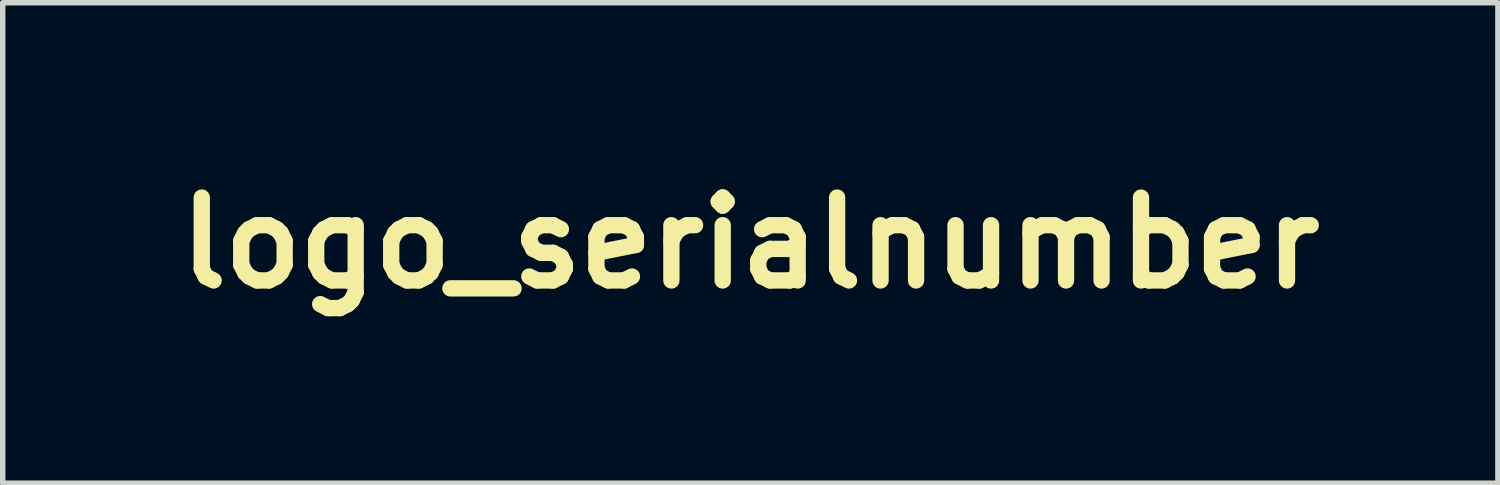
<source format=kicad_pcb>
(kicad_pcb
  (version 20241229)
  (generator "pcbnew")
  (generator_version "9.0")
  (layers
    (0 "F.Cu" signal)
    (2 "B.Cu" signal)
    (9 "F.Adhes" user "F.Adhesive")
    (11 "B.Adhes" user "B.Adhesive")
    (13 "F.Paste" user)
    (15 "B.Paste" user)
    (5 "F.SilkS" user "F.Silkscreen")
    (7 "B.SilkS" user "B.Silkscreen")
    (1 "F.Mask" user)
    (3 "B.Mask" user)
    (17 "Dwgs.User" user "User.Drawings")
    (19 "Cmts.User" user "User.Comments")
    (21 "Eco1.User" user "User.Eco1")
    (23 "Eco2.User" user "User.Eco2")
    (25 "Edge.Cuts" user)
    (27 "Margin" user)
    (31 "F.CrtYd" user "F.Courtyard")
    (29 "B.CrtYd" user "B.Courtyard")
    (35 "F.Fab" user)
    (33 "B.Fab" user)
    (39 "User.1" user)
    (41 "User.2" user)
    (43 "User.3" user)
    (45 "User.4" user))
  (footprint "logo_serialnumber"
    (layer "F.Cu")
    (at 10.748 1.418)
    (property "Reference" "logo_serialnumber" (at 0 0 0) (layer "F.SilkS") (effects (font (size 1.524 1.524) (thickness 0.3))))
    (attr through_hole)
    (fp_poly (pts (xy 7.247 -0.567) (xy 7.294 -0.566) (xy 7.328 -0.564) (xy 7.353 -0.56) (xy 7.371 -0.553) (xy 7.372 -0.552) (xy 7.387 -0.544) (xy 7.399 -0.535) (xy 7.408 -0.522) (xy 7.415 -0.505) (xy 7.42 -0.481) (xy 7.424 -0.448) (xy 7.426 -0.404) (xy 7.428 -0.348) (xy 7.429 -0.277) (xy 7.43 -0.257) (xy 7.43 -0.195) (xy 7.431 -0.138) (xy 7.431 -0.088) (xy 7.43 -0.047) (xy 7.429 -0.019) (xy 7.428 -0.005) (xy 7.423 0.008) (xy 7.414 0.014) (xy 7.396 0.017) (xy 7.376 0.017) (xy 7.33 0.017) (xy 7.33 -0.21) (xy 7.329 -0.284) (xy 7.329 -0.343) (xy 7.327 -0.387) (xy 7.326 -0.419) (xy 7.323 -0.439) (xy 7.32 -0.45) (xy 7.319 -0.451) (xy 7.31 -0.458) (xy 7.292 -0.463) (xy 7.264 -0.466) (xy 7.232 -0.467) (xy 7.156 -0.47) (xy 7.154 -0.518) (xy 7.151 -0.567) (xy 7.247 -0.567)) (stroke (width 0.01) (type solid)) (fill yes) (layer "F.Mask"))
    (fp_poly (pts (xy -8.73 -0.567) (xy -8.678 -0.567) (xy -8.639 -0.566) (xy -8.611 -0.564) (xy -8.59 -0.562) (xy -8.574 -0.559) (xy -8.563 -0.554) (xy -8.557 -0.552) (xy -8.525 -0.526) (xy -8.506 -0.492) (xy -8.5 -0.451) (xy -8.507 -0.406) (xy -8.527 -0.36) (xy -8.53 -0.356) (xy -8.542 -0.338) (xy -8.562 -0.309) (xy -8.589 -0.272) (xy -8.62 -0.228) (xy -8.655 -0.181) (xy -8.678 -0.15) (xy -8.802 0.017) (xy -8.862 0.017) (xy -8.891 0.016) (xy -8.912 0.014) (xy -8.921 0.012) (xy -8.921 0.012) (xy -8.916 0.004) (xy -8.902 -0.016) (xy -8.881 -0.045) (xy -8.853 -0.084) (xy -8.819 -0.129) (xy -8.782 -0.179) (xy -8.764 -0.203) (xy -8.725 -0.255) (xy -8.69 -0.304) (xy -8.659 -0.347) (xy -8.635 -0.383) (xy -8.618 -0.41) (xy -8.609 -0.426) (xy -8.608 -0.429) (xy -8.609 -0.441) (xy -8.613 -0.449) (xy -8.623 -0.456) (xy -8.64 -0.46) (xy -8.666 -0.463) (xy -8.704 -0.465) (xy -8.755 -0.465) (xy -8.803 -0.466) (xy -8.857 -0.466) (xy -8.905 -0.466) (xy -8.945 -0.467) (xy -8.975 -0.469) (xy -8.991 -0.47) (xy -8.992 -0.471) (xy -9.001 -0.479) (xy -9.005 -0.499) (xy -9.006 -0.521) (xy -9.006 -0.567) (xy -8.796 -0.567) (xy -8.73 -0.567)) (stroke (width 0.01) (type solid)) (fill yes) (layer "F.Mask"))
    (fp_poly (pts (xy 10.007 -0.573) (xy 10.072 -0.561) (xy 10.128 -0.536) (xy 10.174 -0.497) (xy 10.209 -0.447) (xy 10.226 -0.403) (xy 10.233 -0.368) (xy 10.236 -0.322) (xy 10.237 -0.27) (xy 10.234 -0.218) (xy 10.229 -0.172) (xy 10.221 -0.137) (xy 10.221 -0.136) (xy 10.195 -0.085) (xy 10.157 -0.04) (xy 10.11 -0.007) (xy 10.067 0.011) (xy 9.993 0.024) (xy 9.92 0.02) (xy 9.891 0.013) (xy 9.838 -0.008) (xy 9.796 -0.039) (xy 9.762 -0.085) (xy 9.751 -0.103) (xy 9.737 -0.135) (xy 9.727 -0.164) (xy 9.722 -0.195) (xy 9.719 -0.236) (xy 9.718 -0.237) (xy 9.719 -0.275) (xy 9.814 -0.275) (xy 9.817 -0.218) (xy 9.825 -0.174) (xy 9.84 -0.139) (xy 9.863 -0.111) (xy 9.867 -0.107) (xy 9.898 -0.089) (xy 9.938 -0.079) (xy 9.984 -0.077) (xy 10.028 -0.082) (xy 10.06 -0.094) (xy 10.095 -0.118) (xy 10.119 -0.154) (xy 10.134 -0.202) (xy 10.14 -0.263) (xy 10.14 -0.271) (xy 10.136 -0.338) (xy 10.124 -0.39) (xy 10.103 -0.429) (xy 10.072 -0.456) (xy 10.031 -0.472) (xy 9.979 -0.477) (xy 9.925 -0.472) (xy 9.884 -0.457) (xy 9.853 -0.43) (xy 9.834 -0.4) (xy 9.824 -0.378) (xy 9.818 -0.356) (xy 9.815 -0.329) (xy 9.814 -0.292) (xy 9.814 -0.275) (xy 9.719 -0.275) (xy 9.719 -0.323) (xy 9.731 -0.397) (xy 9.754 -0.458) (xy 9.788 -0.506) (xy 9.833 -0.542) (xy 9.889 -0.564) (xy 9.955 -0.574) (xy 10.007 -0.573)) (stroke (width 0.01) (type solid)) (fill yes) (layer "F.Mask"))
    (fp_poly (pts (xy -0.579 -0.567) (xy -0.549 -0.566) (xy -0.526 -0.561) (xy -0.508 -0.553) (xy -0.495 -0.538) (xy -0.486 -0.516) (xy -0.48 -0.485) (xy -0.476 -0.443) (xy -0.475 -0.388) (xy -0.475 -0.32) (xy -0.476 -0.244) (xy -0.478 0.013) (xy -0.521 0.015) (xy -0.547 0.016) (xy -0.565 0.014) (xy -0.57 0.012) (xy -0.573 0.001) (xy -0.575 -0.022) (xy -0.576 -0.052) (xy -0.576 -0.11) (xy -0.726 -0.11) (xy -0.79 -0.11) (xy -0.84 -0.112) (xy -0.878 -0.115) (xy -0.906 -0.12) (xy -0.928 -0.127) (xy -0.944 -0.137) (xy -0.954 -0.145) (xy -0.968 -0.169) (xy -0.974 -0.202) (xy -0.973 -0.225) (xy -0.863 -0.225) (xy -0.86 -0.212) (xy -0.858 -0.209) (xy -0.848 -0.207) (xy -0.824 -0.205) (xy -0.789 -0.204) (xy -0.746 -0.203) (xy -0.714 -0.203) (xy -0.575 -0.203) (xy -0.577 -0.332) (xy -0.58 -0.461) (xy -0.626 -0.464) (xy -0.66 -0.463) (xy -0.683 -0.458) (xy -0.686 -0.455) (xy -0.696 -0.445) (xy -0.715 -0.424) (xy -0.74 -0.396) (xy -0.768 -0.362) (xy -0.782 -0.346) (xy -0.817 -0.302) (xy -0.842 -0.268) (xy -0.857 -0.243) (xy -0.863 -0.225) (xy -0.973 -0.225) (xy -0.973 -0.237) (xy -0.963 -0.27) (xy -0.955 -0.285) (xy -0.922 -0.326) (xy -0.886 -0.37) (xy -0.85 -0.414) (xy -0.813 -0.455) (xy -0.78 -0.492) (xy -0.751 -0.522) (xy -0.729 -0.544) (xy -0.715 -0.554) (xy -0.684 -0.563) (xy -0.636 -0.567) (xy -0.615 -0.567) (xy -0.579 -0.567)) (stroke (width 0.01) (type solid)) (fill yes) (layer "F.Mask"))
    (fp_poly (pts (xy -3.193 -0.518) (xy -3.195 -0.47) (xy -3.367 -0.467) (xy -3.539 -0.465) (xy -3.536 -0.404) (xy -3.534 -0.343) (xy -3.402 -0.339) (xy -3.34 -0.336) (xy -3.292 -0.331) (xy -3.256 -0.324) (xy -3.229 -0.314) (xy -3.208 -0.299) (xy -3.191 -0.28) (xy -3.189 -0.279) (xy -3.176 -0.252) (xy -3.166 -0.215) (xy -3.161 -0.175) (xy -3.162 -0.137) (xy -3.162 -0.132) (xy -3.177 -0.078) (xy -3.203 -0.037) (xy -3.24 -0.008) (xy -3.285 0.008) (xy -3.305 0.011) (xy -3.337 0.013) (xy -3.378 0.015) (xy -3.424 0.016) (xy -3.472 0.017) (xy -3.519 0.017) (xy -3.562 0.017) (xy -3.597 0.015) (xy -3.622 0.014) (xy -3.634 0.011) (xy -3.634 0.011) (xy -3.637 0.000265) (xy -3.639 -0.022) (xy -3.639 -0.039) (xy -3.639 -0.085) (xy -3.481 -0.085) (xy -3.429 -0.085) (xy -3.383 -0.086) (xy -3.344 -0.087) (xy -3.316 -0.088) (xy -3.303 -0.09) (xy -3.281 -0.104) (xy -3.266 -0.129) (xy -3.26 -0.159) (xy -3.262 -0.191) (xy -3.275 -0.22) (xy -3.279 -0.226) (xy -3.299 -0.25) (xy -3.461 -0.254) (xy -3.52 -0.256) (xy -3.563 -0.258) (xy -3.594 -0.26) (xy -3.614 -0.263) (xy -3.626 -0.266) (xy -3.631 -0.271) (xy -3.634 -0.283) (xy -3.636 -0.31) (xy -3.638 -0.346) (xy -3.639 -0.39) (xy -3.639 -0.412) (xy -3.639 -0.463) (xy -3.638 -0.5) (xy -3.636 -0.526) (xy -3.633 -0.542) (xy -3.628 -0.551) (xy -3.626 -0.554) (xy -3.62 -0.558) (xy -3.609 -0.561) (xy -3.592 -0.564) (xy -3.567 -0.565) (xy -3.531 -0.566) (xy -3.483 -0.567) (xy -3.42 -0.567) (xy -3.401 -0.567) (xy -3.19 -0.567) (xy -3.193 -0.518)) (stroke (width 0.01) (type solid)) (fill yes) (layer "F.Mask"))
    (fp_poly (pts (xy 1.902 -0.566) (xy 1.965 -0.565) (xy 2.013 -0.563) (xy 2.049 -0.562) (xy 2.076 -0.56) (xy 2.095 -0.557) (xy 2.109 -0.553) (xy 2.12 -0.548) (xy 2.124 -0.546) (xy 2.156 -0.519) (xy 2.177 -0.481) (xy 2.189 -0.438) (xy 2.19 -0.393) (xy 2.181 -0.35) (xy 2.161 -0.313) (xy 2.146 -0.299) (xy 2.121 -0.277) (xy 2.143 -0.259) (xy 2.172 -0.225) (xy 2.189 -0.185) (xy 2.195 -0.141) (xy 2.189 -0.097) (xy 2.173 -0.057) (xy 2.146 -0.024) (xy 2.114 -0.003) (xy 2.099 0.002) (xy 2.081 0.006) (xy 2.058 0.009) (xy 2.026 0.011) (xy 1.984 0.013) (xy 1.928 0.015) (xy 1.894 0.015) (xy 1.71 0.018) (xy 1.71 -0.085) (xy 1.879 -0.085) (xy 1.937 -0.085) (xy 1.98 -0.085) (xy 2.011 -0.086) (xy 2.033 -0.088) (xy 2.047 -0.09) (xy 2.057 -0.094) (xy 2.064 -0.1) (xy 2.07 -0.105) (xy 2.085 -0.132) (xy 2.091 -0.164) (xy 2.085 -0.195) (xy 2.079 -0.208) (xy 2.072 -0.214) (xy 2.062 -0.219) (xy 2.045 -0.223) (xy 2.02 -0.225) (xy 1.982 -0.227) (xy 1.945 -0.229) (xy 1.824 -0.233) (xy 1.824 -0.317) (xy 1.94 -0.322) (xy 1.988 -0.324) (xy 2.023 -0.326) (xy 2.046 -0.329) (xy 2.061 -0.334) (xy 2.07 -0.34) (xy 2.071 -0.341) (xy 2.083 -0.363) (xy 2.087 -0.392) (xy 2.083 -0.423) (xy 2.071 -0.446) (xy 2.07 -0.448) (xy 2.064 -0.454) (xy 2.056 -0.458) (xy 2.043 -0.461) (xy 2.024 -0.464) (xy 1.995 -0.465) (xy 1.955 -0.466) (xy 1.902 -0.467) (xy 1.884 -0.467) (xy 1.714 -0.47) (xy 1.711 -0.519) (xy 1.709 -0.568) (xy 1.902 -0.566)) (stroke (width 0.01) (type solid)) (fill yes) (layer "F.Mask"))
    (fp_poly (pts (xy 1.325 -0.563) (xy 1.378 -0.538) (xy 1.436 -0.504) (xy 1.48 -0.459) (xy 1.511 -0.405) (xy 1.529 -0.339) (xy 1.534 -0.267) (xy 1.527 -0.195) (xy 1.506 -0.133) (xy 1.472 -0.081) (xy 1.425 -0.039) (xy 1.365 -0.008) (xy 1.364 -0.008) (xy 1.344 -0.002) (xy 1.309 0.008) (xy 1.263 0.02) (xy 1.208 0.033) (xy 1.147 0.048) (xy 1.083 0.062) (xy 1.071 0.065) (xy 1.007 0.079) (xy 0.948 0.093) (xy 0.895 0.106) (xy 0.852 0.117) (xy 0.819 0.126) (xy 0.801 0.132) (xy 0.798 0.133) (xy 0.771 0.153) (xy 0.754 0.186) (xy 0.747 0.23) (xy 0.747 0.26) (xy 0.749 0.317) (xy 1.507 0.322) (xy 1.507 0.499) (xy 0.609 0.499) (xy 0.587 0.478) (xy 0.566 0.457) (xy 0.569 0.298) (xy 0.57 0.241) (xy 0.571 0.199) (xy 0.573 0.167) (xy 0.576 0.143) (xy 0.58 0.124) (xy 0.586 0.108) (xy 0.591 0.095) (xy 0.623 0.045) (xy 0.668 0.004) (xy 0.704 -0.018) (xy 0.724 -0.025) (xy 0.759 -0.036) (xy 0.806 -0.049) (xy 0.864 -0.064) (xy 0.931 -0.08) (xy 1.006 -0.098) (xy 1.085 -0.115) (xy 1.143 -0.128) (xy 1.204 -0.142) (xy 1.251 -0.154) (xy 1.286 -0.166) (xy 1.311 -0.178) (xy 1.328 -0.191) (xy 1.333 -0.197) (xy 1.355 -0.232) (xy 1.36 -0.27) (xy 1.348 -0.311) (xy 1.345 -0.319) (xy 1.336 -0.336) (xy 1.328 -0.35) (xy 1.318 -0.361) (xy 1.305 -0.37) (xy 1.288 -0.376) (xy 1.265 -0.382) (xy 1.234 -0.385) (xy 1.193 -0.387) (xy 1.142 -0.389) (xy 1.078 -0.389) (xy 0.999 -0.389) (xy 0.933 -0.389) (xy 0.601 -0.389) (xy 0.601 -0.568) (xy 1.325 -0.563)) (stroke (width 0.01) (type solid)) (fill yes) (layer "F.Mask"))
    (fp_poly (pts (xy 4.589 -0.566) (xy 4.654 -0.565) (xy 4.704 -0.564) (xy 4.741 -0.562) (xy 4.769 -0.561) (xy 4.789 -0.558) (xy 4.803 -0.555) (xy 4.814 -0.55) (xy 4.824 -0.544) (xy 4.824 -0.544) (xy 4.857 -0.515) (xy 4.879 -0.476) (xy 4.89 -0.433) (xy 4.891 -0.387) (xy 4.88 -0.344) (xy 4.858 -0.306) (xy 4.832 -0.282) (xy 4.81 -0.271) (xy 4.776 -0.258) (xy 4.728 -0.244) (xy 4.665 -0.229) (xy 4.644 -0.224) (xy 4.584 -0.209) (xy 4.538 -0.197) (xy 4.505 -0.185) (xy 4.483 -0.174) (xy 4.469 -0.162) (xy 4.463 -0.148) (xy 4.461 -0.13) (xy 4.462 -0.119) (xy 4.465 -0.089) (xy 4.67 -0.087) (xy 4.876 -0.084) (xy 4.873 -0.036) (xy 4.871 0.013) (xy 4.638 0.014) (xy 4.574 0.015) (xy 4.516 0.014) (xy 4.466 0.013) (xy 4.426 0.012) (xy 4.398 0.01) (xy 4.386 0.008) (xy 4.378 0.004) (xy 4.372 -0.002) (xy 4.369 -0.013) (xy 4.368 -0.032) (xy 4.368 -0.061) (xy 4.369 -0.105) (xy 4.369 -0.105) (xy 4.37 -0.149) (xy 4.372 -0.18) (xy 4.375 -0.201) (xy 4.38 -0.215) (xy 4.386 -0.226) (xy 4.393 -0.233) (xy 4.407 -0.247) (xy 4.424 -0.259) (xy 4.444 -0.269) (xy 4.471 -0.279) (xy 4.508 -0.29) (xy 4.557 -0.302) (xy 4.607 -0.314) (xy 4.656 -0.326) (xy 4.7 -0.337) (xy 4.736 -0.348) (xy 4.761 -0.356) (xy 4.771 -0.36) (xy 4.785 -0.375) (xy 4.79 -0.398) (xy 4.791 -0.405) (xy 4.79 -0.423) (xy 4.787 -0.437) (xy 4.78 -0.448) (xy 4.766 -0.456) (xy 4.744 -0.461) (xy 4.712 -0.464) (xy 4.668 -0.466) (xy 4.61 -0.467) (xy 4.574 -0.467) (xy 4.389 -0.47) (xy 4.386 -0.519) (xy 4.383 -0.568) (xy 4.589 -0.566)) (stroke (width 0.01) (type solid)) (fill yes) (layer "F.Mask"))
    (fp_poly (pts (xy -1.712 -0.565) (xy -1.35 -0.563) (xy -1.297 -0.538) (xy -1.24 -0.504) (xy -1.195 -0.459) (xy -1.164 -0.404) (xy -1.146 -0.338) (xy -1.141 -0.271) (xy -1.148 -0.197) (xy -1.167 -0.135) (xy -1.2 -0.083) (xy -1.246 -0.041) (xy -1.305 -0.01) (xy -1.31 -0.008) (xy -1.331 -0.002) (xy -1.366 0.008) (xy -1.412 0.02) (xy -1.466 0.033) (xy -1.527 0.048) (xy -1.592 0.062) (xy -1.604 0.065) (xy -1.667 0.079) (xy -1.727 0.093) (xy -1.779 0.106) (xy -1.823 0.117) (xy -1.856 0.126) (xy -1.875 0.132) (xy -1.877 0.133) (xy -1.903 0.15) (xy -1.919 0.175) (xy -1.927 0.211) (xy -1.928 0.256) (xy -1.926 0.317) (xy -1.168 0.322) (xy -1.168 0.499) (xy -2.066 0.499) (xy -2.087 0.478) (xy -2.109 0.456) (xy -2.106 0.294) (xy -2.105 0.237) (xy -2.104 0.194) (xy -2.102 0.163) (xy -2.099 0.14) (xy -2.095 0.123) (xy -2.09 0.108) (xy -2.083 0.093) (xy -2.081 0.089) (xy -2.067 0.065) (xy -2.054 0.044) (xy -2.038 0.026) (xy -2.019 0.01) (xy -1.995 -0.005) (xy -1.965 -0.019) (xy -1.927 -0.032) (xy -1.879 -0.047) (xy -1.821 -0.062) (xy -1.75 -0.079) (xy -1.665 -0.098) (xy -1.595 -0.114) (xy -1.523 -0.13) (xy -1.464 -0.144) (xy -1.419 -0.157) (xy -1.385 -0.169) (xy -1.361 -0.18) (xy -1.343 -0.193) (xy -1.332 -0.207) (xy -1.324 -0.224) (xy -1.321 -0.236) (xy -1.317 -0.279) (xy -1.328 -0.319) (xy -1.351 -0.353) (xy -1.382 -0.375) (xy -1.392 -0.379) (xy -1.404 -0.382) (xy -1.421 -0.384) (xy -1.444 -0.386) (xy -1.475 -0.387) (xy -1.516 -0.388) (xy -1.568 -0.389) (xy -1.633 -0.389) (xy -1.713 -0.389) (xy -1.743 -0.389) (xy -2.074 -0.389) (xy -2.074 -0.568) (xy -1.712 -0.565)) (stroke (width 0.01) (type solid)) (fill yes) (layer "F.Mask"))
    (fp_poly (pts (xy -5.85 -0.519) (xy -5.853 -0.47) (xy -5.997 -0.466) (xy -6.059 -0.463) (xy -6.107 -0.46) (xy -6.143 -0.454) (xy -6.169 -0.445) (xy -6.188 -0.433) (xy -6.201 -0.416) (xy -6.213 -0.394) (xy -6.216 -0.388) (xy -6.225 -0.365) (xy -6.229 -0.349) (xy -6.227 -0.337) (xy -6.216 -0.329) (xy -6.196 -0.325) (xy -6.164 -0.322) (xy -6.118 -0.322) (xy -6.072 -0.322) (xy -6.016 -0.321) (xy -5.975 -0.321) (xy -5.945 -0.319) (xy -5.923 -0.317) (xy -5.906 -0.313) (xy -5.891 -0.307) (xy -5.885 -0.304) (xy -5.85 -0.279) (xy -5.827 -0.244) (xy -5.816 -0.198) (xy -5.815 -0.171) (xy -5.821 -0.112) (xy -5.841 -0.062) (xy -5.872 -0.023) (xy -5.904 -0.002) (xy -5.926 0.005) (xy -5.961 0.01) (xy -6.003 0.013) (xy -6.049 0.015) (xy -6.094 0.014) (xy -6.133 0.011) (xy -6.162 0.006) (xy -6.218 -0.017) (xy -6.262 -0.051) (xy -6.295 -0.096) (xy -6.317 -0.154) (xy -6.328 -0.219) (xy -6.229 -0.219) (xy -6.222 -0.177) (xy -6.202 -0.139) (xy -6.172 -0.11) (xy -6.159 -0.102) (xy -6.129 -0.092) (xy -6.089 -0.086) (xy -6.045 -0.084) (xy -6.003 -0.085) (xy -5.967 -0.091) (xy -5.951 -0.097) (xy -5.932 -0.11) (xy -5.921 -0.127) (xy -5.917 -0.153) (xy -5.916 -0.173) (xy -5.917 -0.196) (xy -5.922 -0.213) (xy -5.932 -0.225) (xy -5.95 -0.233) (xy -5.978 -0.239) (xy -6.018 -0.242) (xy -6.072 -0.244) (xy -6.091 -0.244) (xy -6.229 -0.247) (xy -6.229 -0.219) (xy -6.328 -0.219) (xy -6.329 -0.224) (xy -6.331 -0.275) (xy -6.326 -0.352) (xy -6.312 -0.416) (xy -6.287 -0.468) (xy -6.251 -0.509) (xy -6.208 -0.537) (xy -6.19 -0.546) (xy -6.174 -0.553) (xy -6.158 -0.558) (xy -6.138 -0.561) (xy -6.11 -0.563) (xy -6.073 -0.564) (xy -6.023 -0.565) (xy -6.003 -0.566) (xy -5.848 -0.568) (xy -5.85 -0.519)) (stroke (width 0.01) (type solid)) (fill yes) (layer "F.Mask"))
    (fp_poly (pts (xy -9.736 -0.565) (xy -9.374 -0.563) (xy -9.321 -0.538) (xy -9.265 -0.505) (xy -9.222 -0.463) (xy -9.192 -0.41) (xy -9.174 -0.346) (xy -9.168 -0.296) (xy -9.17 -0.22) (xy -9.184 -0.155) (xy -9.212 -0.1) (xy -9.252 -0.055) (xy -9.307 -0.02) (xy -9.355 -0.001) (xy -9.384 0.008) (xy -9.424 0.019) (xy -9.47 0.03) (xy -9.518 0.041) (xy -9.522 0.042) (xy -9.61 0.061) (xy -9.683 0.077) (xy -9.743 0.091) (xy -9.791 0.102) (xy -9.828 0.11) (xy -9.856 0.117) (xy -9.877 0.123) (xy -9.891 0.128) (xy -9.898 0.131) (xy -9.925 0.148) (xy -9.942 0.174) (xy -9.951 0.211) (xy -9.952 0.256) (xy -9.949 0.317) (xy -9.573 0.322) (xy -9.196 0.326) (xy -9.191 0.499) (xy -9.639 0.499) (xy -9.737 0.499) (xy -9.82 0.499) (xy -9.889 0.499) (xy -9.945 0.499) (xy -9.99 0.498) (xy -10.025 0.497) (xy -10.052 0.496) (xy -10.071 0.494) (xy -10.085 0.492) (xy -10.095 0.49) (xy -10.102 0.487) (xy -10.107 0.483) (xy -10.109 0.482) (xy -10.131 0.464) (xy -10.131 0.314) (xy -10.131 0.245) (xy -10.128 0.19) (xy -10.123 0.146) (xy -10.116 0.112) (xy -10.104 0.084) (xy -10.089 0.06) (xy -10.074 0.041) (xy -10.06 0.026) (xy -10.046 0.013) (xy -10.03 0.001) (xy -10.011 -0.01) (xy -9.987 -0.02) (xy -9.956 -0.031) (xy -9.918 -0.043) (xy -9.871 -0.055) (xy -9.812 -0.07) (xy -9.741 -0.087) (xy -9.655 -0.107) (xy -9.605 -0.118) (xy -9.55 -0.131) (xy -9.499 -0.144) (xy -9.455 -0.155) (xy -9.421 -0.165) (xy -9.4 -0.171) (xy -9.395 -0.173) (xy -9.367 -0.197) (xy -9.349 -0.228) (xy -9.344 -0.265) (xy -9.349 -0.302) (xy -9.365 -0.336) (xy -9.392 -0.363) (xy -9.407 -0.372) (xy -9.417 -0.376) (xy -9.427 -0.38) (xy -9.44 -0.383) (xy -9.457 -0.385) (xy -9.481 -0.387) (xy -9.512 -0.388) (xy -9.552 -0.389) (xy -9.604 -0.389) (xy -9.669 -0.389) (xy -9.748 -0.389) (xy -9.77 -0.389) (xy -10.097 -0.389) (xy -10.097 -0.568) (xy -9.736 -0.565)) (stroke (width 0.01) (type solid)) (fill yes) (layer "F.Mask"))
    (fp_poly (pts (xy -7.061 -0.565) (xy -6.699 -0.563) (xy -6.647 -0.539) (xy -6.591 -0.506) (xy -6.549 -0.465) (xy -6.519 -0.415) (xy -6.5 -0.353) (xy -6.494 -0.296) (xy -6.494 -0.227) (xy -6.503 -0.17) (xy -6.522 -0.122) (xy -6.535 -0.102) (xy -6.558 -0.073) (xy -6.585 -0.05) (xy -6.617 -0.029) (xy -6.656 -0.011) (xy -6.706 0.007) (xy -6.768 0.023) (xy -6.844 0.041) (xy -6.847 0.042) (xy -6.936 0.061) (xy -7.009 0.077) (xy -7.069 0.091) (xy -7.116 0.102) (xy -7.153 0.11) (xy -7.181 0.117) (xy -7.202 0.123) (xy -7.217 0.128) (xy -7.224 0.131) (xy -7.251 0.148) (xy -7.268 0.174) (xy -7.276 0.211) (xy -7.277 0.256) (xy -7.275 0.317) (xy -6.898 0.322) (xy -6.521 0.326) (xy -6.517 0.499) (xy -6.964 0.499) (xy -7.063 0.499) (xy -7.146 0.499) (xy -7.215 0.499) (xy -7.271 0.499) (xy -7.316 0.498) (xy -7.351 0.497) (xy -7.377 0.496) (xy -7.397 0.494) (xy -7.41 0.492) (xy -7.42 0.49) (xy -7.427 0.487) (xy -7.432 0.483) (xy -7.434 0.482) (xy -7.457 0.464) (xy -7.457 0.314) (xy -7.456 0.246) (xy -7.454 0.192) (xy -7.449 0.15) (xy -7.442 0.116) (xy -7.431 0.088) (xy -7.416 0.064) (xy -7.401 0.044) (xy -7.387 0.028) (xy -7.373 0.015) (xy -7.358 0.003) (xy -7.339 -0.008) (xy -7.315 -0.019) (xy -7.285 -0.03) (xy -7.248 -0.041) (xy -7.2 -0.054) (xy -7.142 -0.069) (xy -7.072 -0.085) (xy -6.987 -0.105) (xy -6.928 -0.119) (xy -6.859 -0.135) (xy -6.804 -0.148) (xy -6.762 -0.161) (xy -6.731 -0.172) (xy -6.709 -0.182) (xy -6.694 -0.194) (xy -6.684 -0.206) (xy -6.68 -0.212) (xy -6.669 -0.25) (xy -6.672 -0.291) (xy -6.686 -0.329) (xy -6.71 -0.36) (xy -6.73 -0.373) (xy -6.739 -0.377) (xy -6.749 -0.38) (xy -6.762 -0.383) (xy -6.78 -0.385) (xy -6.804 -0.387) (xy -6.836 -0.388) (xy -6.878 -0.389) (xy -6.932 -0.389) (xy -6.999 -0.389) (xy -7.081 -0.389) (xy -7.423 -0.389) (xy -7.423 -0.568) (xy -7.061 -0.565)) (stroke (width 0.01) (type solid)) (fill yes) (layer "F.Mask"))
    (fp_poly (pts (xy 3.637 -0.565) (xy 3.732 -0.564) (xy 3.811 -0.564) (xy 3.876 -0.562) (xy 3.93 -0.56) (xy 3.973 -0.558) (xy 4.007 -0.554) (xy 4.035 -0.548) (xy 4.057 -0.541) (xy 4.075 -0.532) (xy 4.092 -0.52) (xy 4.108 -0.506) (xy 4.125 -0.489) (xy 4.13 -0.483) (xy 4.165 -0.443) (xy 4.188 -0.402) (xy 4.203 -0.356) (xy 4.209 -0.3) (xy 4.21 -0.267) (xy 4.209 -0.225) (xy 4.205 -0.195) (xy 4.199 -0.169) (xy 4.188 -0.144) (xy 4.17 -0.109) (xy 4.149 -0.079) (xy 4.123 -0.054) (xy 4.091 -0.033) (xy 4.05 -0.013) (xy 3.999 0.005) (xy 3.935 0.023) (xy 3.856 0.041) (xy 3.834 0.046) (xy 3.749 0.065) (xy 3.68 0.08) (xy 3.623 0.093) (xy 3.579 0.103) (xy 3.544 0.112) (xy 3.518 0.119) (xy 3.499 0.124) (xy 3.484 0.129) (xy 3.477 0.132) (xy 3.448 0.151) (xy 3.43 0.179) (xy 3.422 0.218) (xy 3.421 0.26) (xy 3.424 0.317) (xy 4.181 0.322) (xy 4.181 0.499) (xy 3.283 0.499) (xy 3.262 0.478) (xy 3.24 0.457) (xy 3.243 0.298) (xy 3.244 0.241) (xy 3.246 0.199) (xy 3.248 0.167) (xy 3.251 0.143) (xy 3.255 0.124) (xy 3.261 0.108) (xy 3.266 0.095) (xy 3.283 0.064) (xy 3.305 0.036) (xy 3.316 0.024) (xy 3.331 0.012) (xy 3.346 0.001) (xy 3.363 -0.009) (xy 3.383 -0.019) (xy 3.408 -0.028) (xy 3.44 -0.038) (xy 3.48 -0.049) (xy 3.529 -0.062) (xy 3.588 -0.076) (xy 3.661 -0.093) (xy 3.746 -0.112) (xy 3.834 -0.132) (xy 3.874 -0.141) (xy 3.911 -0.15) (xy 3.94 -0.158) (xy 3.953 -0.162) (xy 3.993 -0.183) (xy 4.02 -0.213) (xy 4.033 -0.25) (xy 4.032 -0.291) (xy 4.016 -0.332) (xy 4.01 -0.342) (xy 4.001 -0.353) (xy 3.992 -0.363) (xy 3.981 -0.37) (xy 3.965 -0.376) (xy 3.945 -0.381) (xy 3.917 -0.384) (xy 3.881 -0.387) (xy 3.835 -0.388) (xy 3.777 -0.389) (xy 3.705 -0.389) (xy 3.618 -0.389) (xy 3.276 -0.389) (xy 3.276 -0.568) (xy 3.637 -0.565)) (stroke (width 0.01) (type solid)) (fill yes) (layer "F.Mask"))
    (fp_poly (pts (xy 6.385 -0.567) (xy 6.463 -0.567) (xy 6.528 -0.566) (xy 6.581 -0.564) (xy 6.625 -0.561) (xy 6.66 -0.558) (xy 6.688 -0.553) (xy 6.712 -0.546) (xy 6.732 -0.538) (xy 6.751 -0.528) (xy 6.771 -0.517) (xy 6.772 -0.516) (xy 6.817 -0.479) (xy 6.85 -0.434) (xy 6.871 -0.379) (xy 6.882 -0.312) (xy 6.884 -0.27) (xy 6.884 -0.23) (xy 6.882 -0.202) (xy 6.877 -0.179) (xy 6.868 -0.156) (xy 6.857 -0.133) (xy 6.837 -0.098) (xy 6.814 -0.069) (xy 6.785 -0.044) (xy 6.748 -0.023) (xy 6.701 -0.004) (xy 6.642 0.014) (xy 6.569 0.033) (xy 6.547 0.038) (xy 6.488 0.051) (xy 6.424 0.065) (xy 6.36 0.079) (xy 6.304 0.092) (xy 6.293 0.094) (xy 6.237 0.107) (xy 6.195 0.118) (xy 6.164 0.128) (xy 6.142 0.139) (xy 6.126 0.151) (xy 6.114 0.166) (xy 6.11 0.172) (xy 6.101 0.192) (xy 6.096 0.215) (xy 6.096 0.249) (xy 6.096 0.258) (xy 6.098 0.317) (xy 6.856 0.322) (xy 6.856 0.499) (xy 5.958 0.499) (xy 5.915 0.456) (xy 5.918 0.298) (xy 5.919 0.241) (xy 5.921 0.198) (xy 5.923 0.166) (xy 5.926 0.143) (xy 5.93 0.124) (xy 5.936 0.107) (xy 5.941 0.095) (xy 5.973 0.044) (xy 6.018 0.003) (xy 6.05 -0.016) (xy 6.068 -0.023) (xy 6.095 -0.032) (xy 6.133 -0.043) (xy 6.183 -0.056) (xy 6.245 -0.071) (xy 6.322 -0.089) (xy 6.414 -0.11) (xy 6.433 -0.114) (xy 6.502 -0.13) (xy 6.558 -0.143) (xy 6.6 -0.155) (xy 6.633 -0.165) (xy 6.656 -0.176) (xy 6.673 -0.187) (xy 6.686 -0.199) (xy 6.696 -0.214) (xy 6.701 -0.223) (xy 6.709 -0.256) (xy 6.706 -0.294) (xy 6.691 -0.33) (xy 6.685 -0.341) (xy 6.676 -0.352) (xy 6.667 -0.362) (xy 6.656 -0.37) (xy 6.641 -0.376) (xy 6.62 -0.381) (xy 6.593 -0.384) (xy 6.557 -0.387) (xy 6.511 -0.388) (xy 6.453 -0.389) (xy 6.382 -0.389) (xy 6.296 -0.389) (xy 6.28 -0.389) (xy 5.95 -0.389) (xy 5.95 -0.567) (xy 6.291 -0.567) (xy 6.385 -0.567)) (stroke (width 0.01) (type solid)) (fill yes) (layer "F.Mask"))
    (fp_poly (pts (xy -4.386 -0.565) (xy -4.025 -0.563) (xy -3.973 -0.539) (xy -3.917 -0.506) (xy -3.874 -0.466) (xy -3.844 -0.416) (xy -3.826 -0.355) (xy -3.819 -0.291) (xy -3.819 -0.228) (xy -3.826 -0.176) (xy -3.841 -0.134) (xy -3.865 -0.096) (xy -3.889 -0.071) (xy -3.906 -0.055) (xy -3.924 -0.04) (xy -3.945 -0.028) (xy -3.969 -0.016) (xy -3.999 -0.005) (xy -4.037 0.007) (xy -4.085 0.02) (xy -4.144 0.034) (xy -4.217 0.051) (xy -4.278 0.065) (xy -4.342 0.079) (xy -4.401 0.093) (xy -4.454 0.106) (xy -4.497 0.117) (xy -4.53 0.125) (xy -4.549 0.13) (xy -4.551 0.131) (xy -4.577 0.149) (xy -4.594 0.175) (xy -4.602 0.214) (xy -4.603 0.256) (xy -4.6 0.317) (xy -3.843 0.322) (xy -3.843 0.499) (xy -4.29 0.499) (xy -4.388 0.499) (xy -4.471 0.499) (xy -4.54 0.499) (xy -4.596 0.499) (xy -4.641 0.498) (xy -4.676 0.497) (xy -4.702 0.496) (xy -4.722 0.495) (xy -4.736 0.493) (xy -4.745 0.49) (xy -4.752 0.487) (xy -4.758 0.483) (xy -4.761 0.481) (xy -4.784 0.463) (xy -4.78 0.297) (xy -4.779 0.233) (xy -4.777 0.184) (xy -4.773 0.146) (xy -4.768 0.116) (xy -4.76 0.093) (xy -4.749 0.072) (xy -4.734 0.052) (xy -4.723 0.039) (xy -4.709 0.025) (xy -4.695 0.012) (xy -4.68 0.000348) (xy -4.66 -0.01) (xy -4.636 -0.021) (xy -4.605 -0.032) (xy -4.566 -0.043) (xy -4.517 -0.056) (xy -4.457 -0.071) (xy -4.385 -0.088) (xy -4.298 -0.108) (xy -4.255 -0.118) (xy -4.187 -0.134) (xy -4.134 -0.147) (xy -4.093 -0.158) (xy -4.062 -0.168) (xy -4.04 -0.178) (xy -4.025 -0.188) (xy -4.013 -0.198) (xy -4.008 -0.205) (xy -3.998 -0.231) (xy -3.995 -0.265) (xy -3.999 -0.301) (xy -4.009 -0.331) (xy -4.011 -0.335) (xy -4.019 -0.348) (xy -4.028 -0.359) (xy -4.039 -0.367) (xy -4.053 -0.374) (xy -4.073 -0.38) (xy -4.099 -0.383) (xy -4.134 -0.386) (xy -4.179 -0.388) (xy -4.236 -0.389) (xy -4.306 -0.389) (xy -4.391 -0.389) (xy -4.417 -0.389) (xy -4.748 -0.389) (xy -4.748 -0.568) (xy -4.386 -0.565)) (stroke (width 0.01) (type solid)) (fill yes) (layer "F.Mask"))
    (fp_poly (pts (xy 8.986 -0.565) (xy 9.074 -0.565) (xy 9.147 -0.564) (xy 9.206 -0.563) (xy 9.253 -0.563) (xy 9.29 -0.561) (xy 9.319 -0.56) (xy 9.341 -0.558) (xy 9.358 -0.555) (xy 9.371 -0.552) (xy 9.383 -0.548) (xy 9.395 -0.544) (xy 9.397 -0.543) (xy 9.454 -0.512) (xy 9.499 -0.47) (xy 9.531 -0.417) (xy 9.551 -0.353) (xy 9.559 -0.277) (xy 9.559 -0.271) (xy 9.559 -0.231) (xy 9.557 -0.203) (xy 9.552 -0.18) (xy 9.543 -0.157) (xy 9.532 -0.134) (xy 9.516 -0.103) (xy 9.497 -0.077) (xy 9.475 -0.055) (xy 9.447 -0.036) (xy 9.411 -0.018) (xy 9.366 -0.002) (xy 9.31 0.015) (xy 9.24 0.032) (xy 9.18 0.047) (xy 9.12 0.06) (xy 9.061 0.074) (xy 9.007 0.086) (xy 8.96 0.096) (xy 8.925 0.104) (xy 8.915 0.106) (xy 8.859 0.121) (xy 8.819 0.139) (xy 8.792 0.162) (xy 8.776 0.194) (xy 8.77 0.234) (xy 8.77 0.265) (xy 8.773 0.317) (xy 9.53 0.322) (xy 9.53 0.499) (xy 8.632 0.499) (xy 8.612 0.479) (xy 8.604 0.47) (xy 8.598 0.461) (xy 8.595 0.449) (xy 8.592 0.431) (xy 8.591 0.404) (xy 8.591 0.365) (xy 8.591 0.319) (xy 8.592 0.244) (xy 8.597 0.184) (xy 8.604 0.136) (xy 8.616 0.096) (xy 8.633 0.064) (xy 8.649 0.042) (xy 8.661 0.028) (xy 8.675 0.015) (xy 8.69 0.003) (xy 8.709 -0.007) (xy 8.733 -0.018) (xy 8.764 -0.029) (xy 8.802 -0.041) (xy 8.85 -0.054) (xy 8.909 -0.068) (xy 8.981 -0.085) (xy 9.066 -0.105) (xy 9.144 -0.123) (xy 9.204 -0.137) (xy 9.25 -0.147) (xy 9.284 -0.156) (xy 9.309 -0.164) (xy 9.326 -0.171) (xy 9.339 -0.178) (xy 9.35 -0.187) (xy 9.36 -0.198) (xy 9.361 -0.199) (xy 9.377 -0.227) (xy 9.383 -0.262) (xy 9.38 -0.299) (xy 9.367 -0.332) (xy 9.365 -0.336) (xy 9.355 -0.349) (xy 9.345 -0.359) (xy 9.334 -0.368) (xy 9.319 -0.375) (xy 9.3 -0.38) (xy 9.274 -0.384) (xy 9.24 -0.386) (xy 9.196 -0.388) (xy 9.141 -0.389) (xy 9.072 -0.389) (xy 8.989 -0.389) (xy 8.957 -0.389) (xy 8.625 -0.389) (xy 8.625 -0.568) (xy 8.986 -0.565)) (stroke (width 0.01) (type solid)) (fill yes) (layer "F.Mask")))
  (gr_rect
    (start -3 -3)
    (end 24.496 5.836)
    (stroke (width 0.1) (type default))
    (fill no)
    (layer "Edge.Cuts")))
</source>
